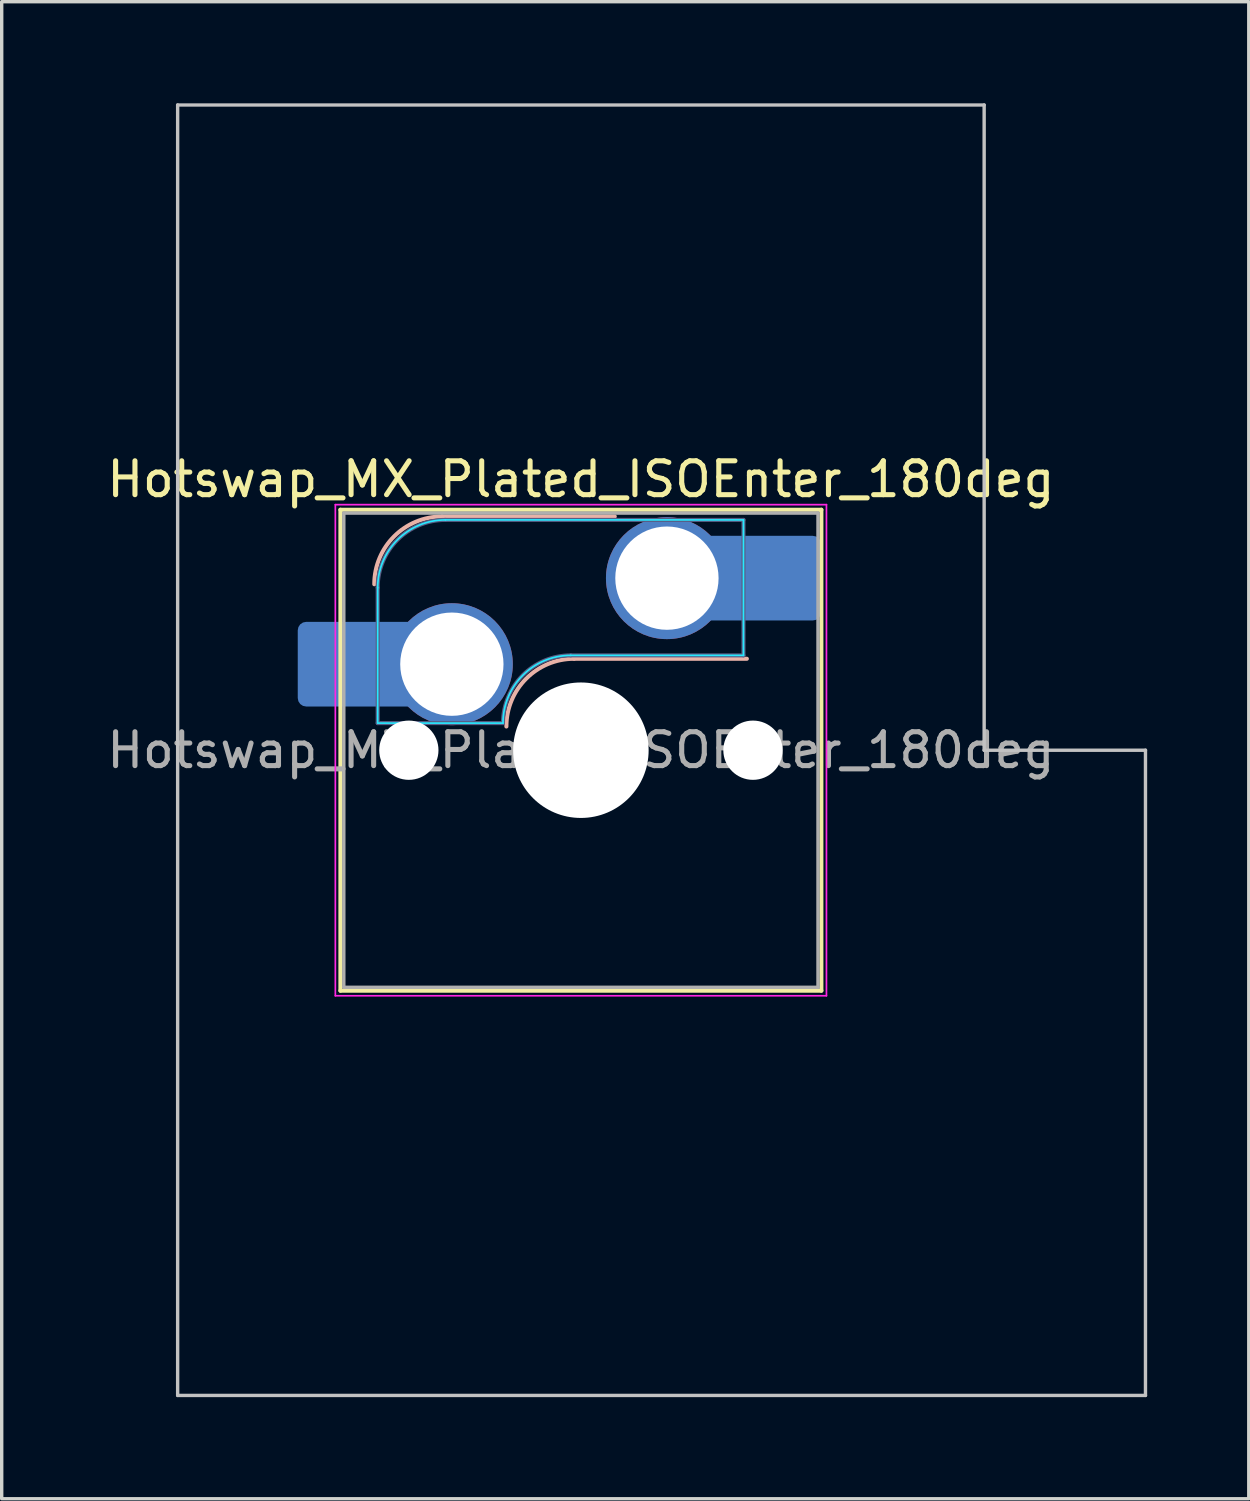
<source format=kicad_pcb>
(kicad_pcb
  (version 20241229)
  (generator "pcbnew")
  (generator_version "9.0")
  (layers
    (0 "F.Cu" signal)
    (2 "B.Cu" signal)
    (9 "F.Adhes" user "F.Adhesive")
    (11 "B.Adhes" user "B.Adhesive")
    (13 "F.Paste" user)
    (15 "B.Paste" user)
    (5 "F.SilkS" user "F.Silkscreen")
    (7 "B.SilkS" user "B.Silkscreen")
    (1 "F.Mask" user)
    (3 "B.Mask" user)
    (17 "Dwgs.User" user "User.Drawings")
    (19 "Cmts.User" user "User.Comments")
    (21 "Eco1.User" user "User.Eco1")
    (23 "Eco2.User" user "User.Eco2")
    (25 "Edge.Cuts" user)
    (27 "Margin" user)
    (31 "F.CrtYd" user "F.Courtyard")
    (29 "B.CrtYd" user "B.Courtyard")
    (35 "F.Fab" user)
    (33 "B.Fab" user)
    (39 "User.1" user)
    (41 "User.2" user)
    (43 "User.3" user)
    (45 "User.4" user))
  (footprint "Hotswap_MX_Plated_ISOEnter_180deg"
    (layer "F.Cu")
    (at 14.101 19.1)
    (property "Reference" "Hotswap_MX_Plated_ISOEnter_180deg" (at 0 -8 0) (layer "F.SilkS") (effects (font (size 1 1) (thickness 0.15))))
    (attr smd allow_soldermask_bridges)
    (fp_line (start -7.1 -7.1) (end -7.1 7.1) (stroke (width 0.12) (type solid)) (layer "F.SilkS"))
    (fp_line (start -7.1 7.1) (end 7.1 7.1) (stroke (width 0.12) (type solid)) (layer "F.SilkS"))
    (fp_line (start 7.1 -7.1) (end -7.1 -7.1) (stroke (width 0.12) (type solid)) (layer "F.SilkS"))
    (fp_line (start 7.1 7.1) (end 7.1 -7.1) (stroke (width 0.12) (type solid)) (layer "F.SilkS"))
    (fp_line (start -4.1 -6.9) (end 1 -6.9) (stroke (width 0.12) (type solid)) (layer "B.SilkS"))
    (fp_line (start -0.2 -2.7) (end 4.9 -2.7) (stroke (width 0.12) (type solid)) (layer "B.SilkS"))
    (fp_arc (start -6.1 -4.9) (mid -5.514214 -6.314214) (end -4.1 -6.9) (stroke (width 0.12) (type solid)) (layer "B.SilkS"))
    (fp_arc (start -2.2 -0.7) (mid -1.614214 -2.114214) (end -0.2 -2.7) (stroke (width 0.12) (type solid)) (layer "B.SilkS"))
    (fp_line (start -11.906 -19.05) (end -11.906 19.05) (stroke (width 0.1) (type solid)) (layer "Dwgs.User"))
    (fp_line (start -11.906 19.05) (end 16.669 19.05) (stroke (width 0.1) (type solid)) (layer "Dwgs.User"))
    (fp_line (start 11.906 -19.05) (end -11.906 -19.05) (stroke (width 0.1) (type solid)) (layer "Dwgs.User"))
    (fp_line (start 11.906 0) (end 11.906 -19.05) (stroke (width 0.1) (type solid)) (layer "Dwgs.User"))
    (fp_line (start 16.669 0) (end 11.906 0) (stroke (width 0.1) (type solid)) (layer "Dwgs.User"))
    (fp_line (start 16.669 19.05) (end 16.669 0) (stroke (width 0.1) (type solid)) (layer "Dwgs.User"))
    (fp_line (start -7.8 -6) (end -7 -6) (stroke (width 0.1) (type solid)) (layer "Eco1.User"))
    (fp_line (start -7.8 -2.9) (end -7.8 -6) (stroke (width 0.1) (type solid)) (layer "Eco1.User"))
    (fp_line (start -7.8 2.9) (end -7 2.9) (stroke (width 0.1) (type solid)) (layer "Eco1.User"))
    (fp_line (start -7.8 6) (end -7.8 2.9) (stroke (width 0.1) (type solid)) (layer "Eco1.User"))
    (fp_line (start -7 -7) (end 7 -7) (stroke (width 0.1) (type solid)) (layer "Eco1.User"))
    (fp_line (start -7 -6) (end -7 -7) (stroke (width 0.1) (type solid)) (layer "Eco1.User"))
    (fp_line (start -7 -2.9) (end -7.8 -2.9) (stroke (width 0.1) (type solid)) (layer "Eco1.User"))
    (fp_line (start -7 2.9) (end -7 -2.9) (stroke (width 0.1) (type solid)) (layer "Eco1.User"))
    (fp_line (start -7 6) (end -7.8 6) (stroke (width 0.1) (type solid)) (layer "Eco1.User"))
    (fp_line (start -7 7) (end -7 6) (stroke (width 0.1) (type solid)) (layer "Eco1.User"))
    (fp_line (start 7 -7) (end 7 -6) (stroke (width 0.1) (type solid)) (layer "Eco1.User"))
    (fp_line (start 7 -6) (end 7.8 -6) (stroke (width 0.1) (type solid)) (layer "Eco1.User"))
    (fp_line (start 7 -2.9) (end 7 2.9) (stroke (width 0.1) (type solid)) (layer "Eco1.User"))
    (fp_line (start 7 2.9) (end 7.8 2.9) (stroke (width 0.1) (type solid)) (layer "Eco1.User"))
    (fp_line (start 7 6) (end 7 7) (stroke (width 0.1) (type solid)) (layer "Eco1.User"))
    (fp_line (start 7 7) (end -7 7) (stroke (width 0.1) (type solid)) (layer "Eco1.User"))
    (fp_line (start 7.8 -6) (end 7.8 -2.9) (stroke (width 0.1) (type solid)) (layer "Eco1.User"))
    (fp_line (start 7.8 -2.9) (end 7 -2.9) (stroke (width 0.1) (type solid)) (layer "Eco1.User"))
    (fp_line (start 7.8 2.9) (end 7.8 6) (stroke (width 0.1) (type solid)) (layer "Eco1.User"))
    (fp_line (start 7.8 6) (end 7 6) (stroke (width 0.1) (type solid)) (layer "Eco1.User"))
    (fp_line (start -6 -0.8) (end -6 -4.8) (stroke (width 0.05) (type solid)) (layer "B.CrtYd"))
    (fp_line (start -6 -0.8) (end -2.3 -0.8) (stroke (width 0.05) (type solid)) (layer "B.CrtYd"))
    (fp_line (start -4 -6.8) (end 4.8 -6.8) (stroke (width 0.05) (type solid)) (layer "B.CrtYd"))
    (fp_line (start -0.3 -2.8) (end 4.8 -2.8) (stroke (width 0.05) (type solid)) (layer "B.CrtYd"))
    (fp_line (start 4.8 -6.8) (end 4.8 -2.8) (stroke (width 0.05) (type solid)) (layer "B.CrtYd"))
    (fp_arc (start -6 -4.8) (mid -5.414214 -6.214214) (end -4 -6.8) (stroke (width 0.05) (type solid)) (layer "B.CrtYd"))
    (fp_arc (start -2.3 -0.8) (mid -1.714214 -2.214214) (end -0.3 -2.8) (stroke (width 0.05) (type solid)) (layer "B.CrtYd"))
    (fp_line (start -7.25 -7.25) (end -7.25 7.25) (stroke (width 0.05) (type solid)) (layer "F.CrtYd"))
    (fp_line (start -7.25 7.25) (end 7.25 7.25) (stroke (width 0.05) (type solid)) (layer "F.CrtYd"))
    (fp_line (start 7.25 -7.25) (end -7.25 -7.25) (stroke (width 0.05) (type solid)) (layer "F.CrtYd"))
    (fp_line (start 7.25 7.25) (end 7.25 -7.25) (stroke (width 0.05) (type solid)) (layer "F.CrtYd"))
    (fp_line (start -6 -0.8) (end -6 -4.8) (stroke (width 0.12) (type solid)) (layer "B.Fab"))
    (fp_line (start -6 -0.8) (end -2.3 -0.8) (stroke (width 0.12) (type solid)) (layer "B.Fab"))
    (fp_line (start -4 -6.8) (end 4.8 -6.8) (stroke (width 0.12) (type solid)) (layer "B.Fab"))
    (fp_line (start -0.3 -2.8) (end 4.8 -2.8) (stroke (width 0.12) (type solid)) (layer "B.Fab"))
    (fp_line (start 4.8 -6.8) (end 4.8 -2.8) (stroke (width 0.12) (type solid)) (layer "B.Fab"))
    (fp_arc (start -6 -4.8) (mid -5.414214 -6.214214) (end -4 -6.8) (stroke (width 0.12) (type solid)) (layer "B.Fab"))
    (fp_arc (start -2.3 -0.8) (mid -1.714214 -2.214214) (end -0.3 -2.8) (stroke (width 0.12) (type solid)) (layer "B.Fab"))
    (fp_line (start -7 -7) (end -7 7) (stroke (width 0.1) (type solid)) (layer "F.Fab"))
    (fp_line (start -7 7) (end 7 7) (stroke (width 0.1) (type solid)) (layer "F.Fab"))
    (fp_line (start 7 -7) (end -7 -7) (stroke (width 0.1) (type solid)) (layer "F.Fab"))
    (fp_line (start 7 7) (end 7 -7) (stroke (width 0.1) (type solid)) (layer "F.Fab"))
    (fp_text user "${REFERENCE}" (at 0 0 0) (layer "F.Fab") (effects (font (size 1 1) (thickness 0.15))))
    (pad "" smd roundrect (at -7.085 -2.54) (size 2.55 2.5) (layers "B.Mask" "B.Paste") (roundrect_rratio 0.1))
    (pad "" np_thru_hole circle (at -5.08 0) (size 1.75 1.75) (drill 1.75) (layers "*.Cu" "*.Mask"))
    (pad "" np_thru_hole circle (at 0 0) (size 4 4) (drill 4) (layers "*.Cu" "*.Mask"))
    (pad "" np_thru_hole circle (at 5.08 0) (size 1.75 1.75) (drill 1.75) (layers "*.Cu" "*.Mask"))
    (pad "" smd roundrect (at 5.842 -5.08) (size 2.55 2.5) (layers "B.Mask" "B.Paste") (roundrect_rratio 0.1))
    (pad "1" smd roundrect (at -6.585 -2.54) (size 3.55 2.5) (layers "B.Cu") (roundrect_rratio 0.1))
    (pad "1" thru_hole circle (at -3.81 -2.54) (size 3.6 3.6) (drill 3.05) (layers "*.Cu" "*.Mask"))
    (pad "2" thru_hole circle (at 2.54 -5.08) (size 3.6 3.6) (drill 3.05) (layers "*.Cu" "*.Mask"))
    (pad "2" smd roundrect (at 5.32 -5.08) (size 3.55 2.5) (layers "B.Cu") (roundrect_rratio 0.1)))
  (gr_rect
    (start -3 -3)
    (end 33.82 41.2)
    (stroke (width 0.1) (type default))
    (fill no)
    (layer "Edge.Cuts")))
</source>
